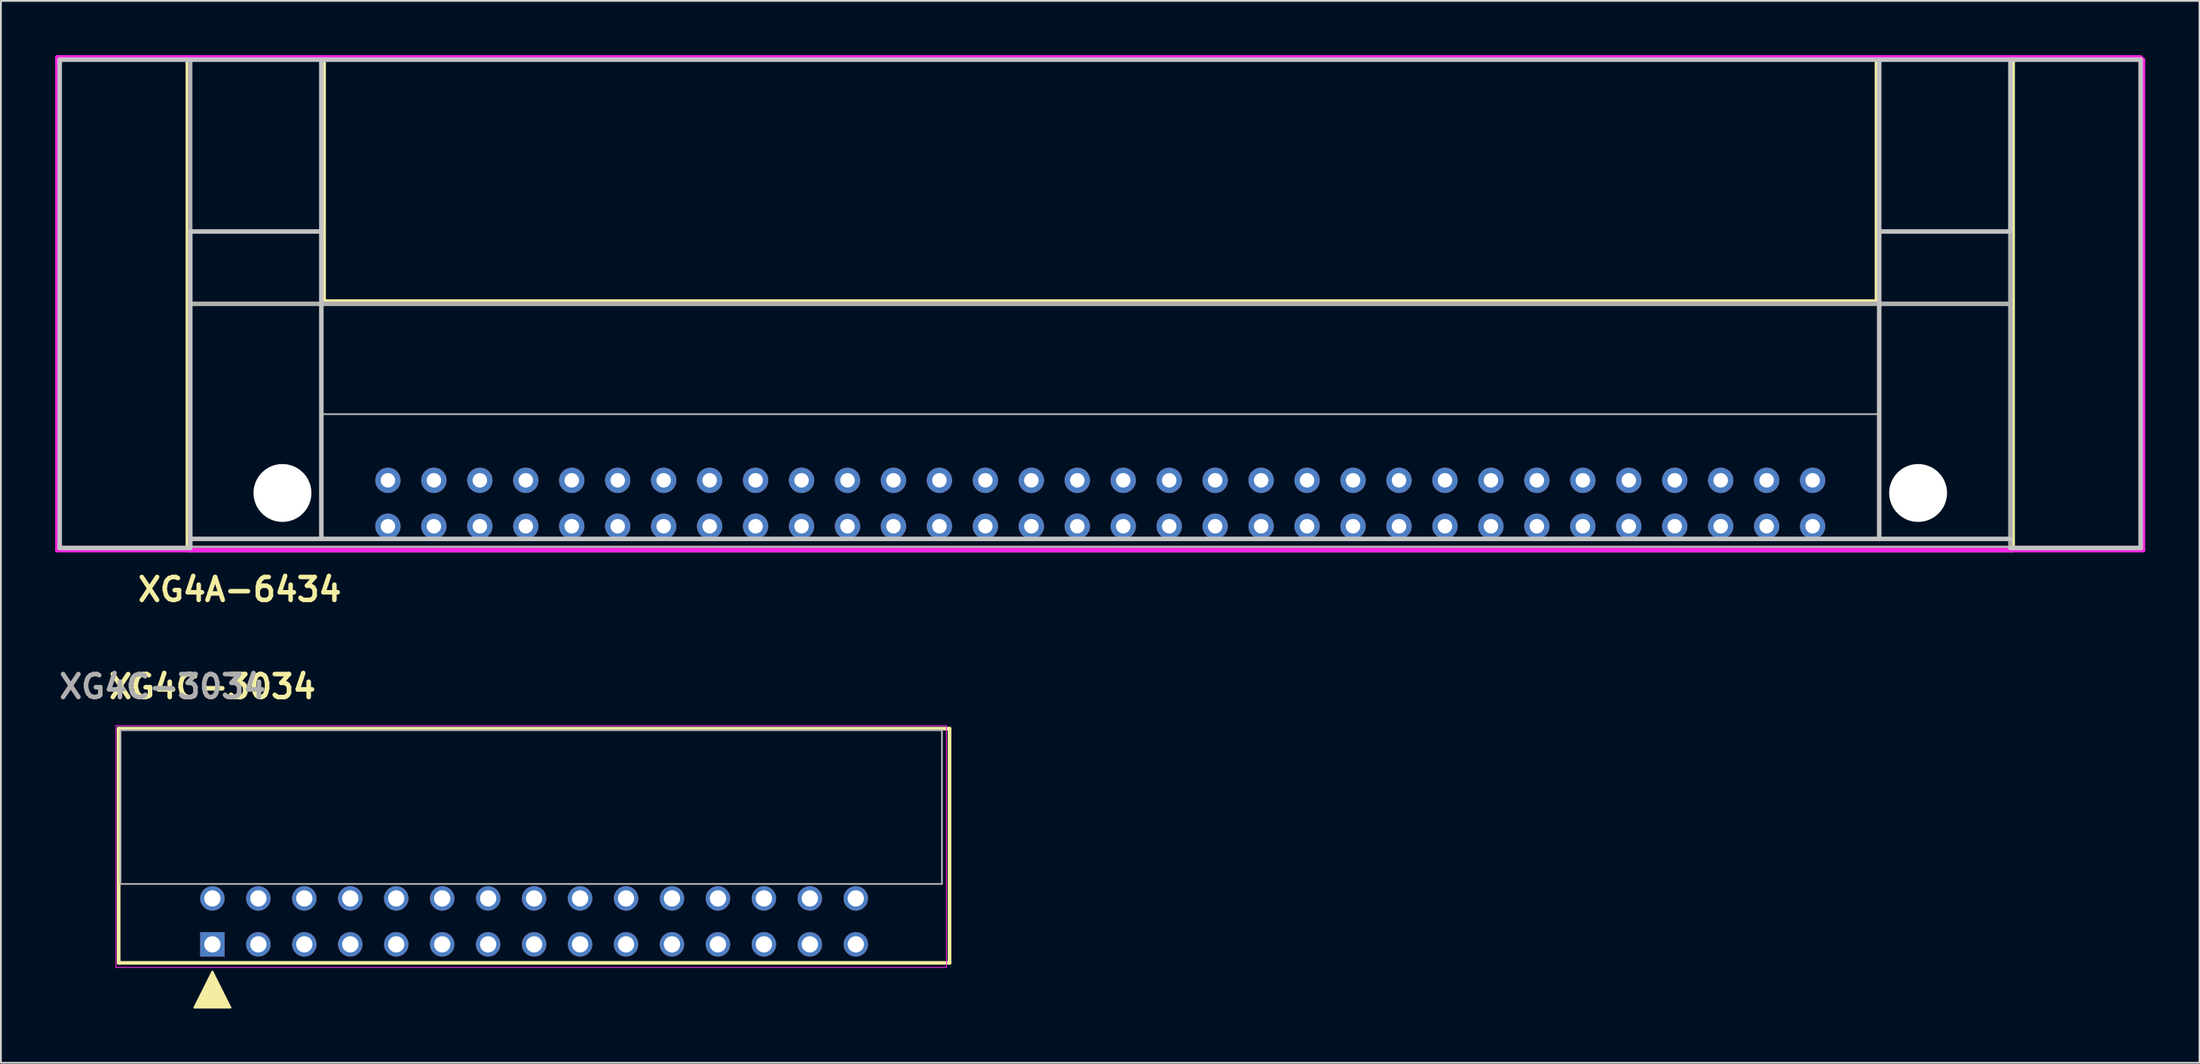
<source format=kicad_pcb>
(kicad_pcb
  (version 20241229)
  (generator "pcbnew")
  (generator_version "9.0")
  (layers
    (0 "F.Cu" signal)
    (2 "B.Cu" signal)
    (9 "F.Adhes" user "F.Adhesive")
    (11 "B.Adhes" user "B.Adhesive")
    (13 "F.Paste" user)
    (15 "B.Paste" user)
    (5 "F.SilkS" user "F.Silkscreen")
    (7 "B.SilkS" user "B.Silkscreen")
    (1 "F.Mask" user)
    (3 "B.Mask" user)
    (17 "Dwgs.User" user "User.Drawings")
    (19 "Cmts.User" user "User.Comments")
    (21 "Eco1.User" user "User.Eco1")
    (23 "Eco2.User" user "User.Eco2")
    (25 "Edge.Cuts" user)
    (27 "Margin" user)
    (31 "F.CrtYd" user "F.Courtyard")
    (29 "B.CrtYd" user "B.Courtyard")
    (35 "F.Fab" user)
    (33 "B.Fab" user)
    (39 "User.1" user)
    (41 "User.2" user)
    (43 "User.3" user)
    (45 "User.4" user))
  (footprint "XG4A-6434"
    (layer "F.Cu")
    (at 57.76 24.78)
    (property "Reference" "XG4A-6434" (at -47.56 4.77 180) (layer "F.SilkS") (effects (font (size 1.27 1.27) (thickness 0.25))))
    (attr through_hole)
    (fp_line (start -50.425 2.595) (end -50.425 -24.53) (stroke (width 0.25) (type solid)) (layer "F.SilkS"))
    (fp_line (start -50.425 2.595) (end 50.425 2.595) (stroke (width 0.25) (type solid)) (layer "F.SilkS"))
    (fp_line (start -42.925 -11.155) (end -42.925 -24.53) (stroke (width 0.25) (type solid)) (layer "F.SilkS"))
    (fp_line (start -42.925 -11.155) (end 42.925 -11.155) (stroke (width 0.25) (type solid)) (layer "F.SilkS"))
    (fp_line (start 42.925 -11.155) (end 42.925 -24.53) (stroke (width 0.25) (type solid)) (layer "F.SilkS"))
    (fp_line (start 50.425 2.595) (end 50.425 -24.53) (stroke (width 0.25) (type solid)) (layer "F.SilkS"))
    (fp_line (start -57.51 -24.53) (end -57.51 2.47) (stroke (width 0.25) (type solid)) (layer "Dwgs.User"))
    (fp_line (start -57.51 -24.53) (end 57.5 -24.53) (stroke (width 0.25) (type solid)) (layer "Dwgs.User"))
    (fp_line (start -57.51 2.47) (end -50.3 2.47) (stroke (width 0.25) (type solid)) (layer "Dwgs.User"))
    (fp_line (start -50.3 -15.03) (end -43.05 -15.03) (stroke (width 0.25) (type solid)) (layer "Dwgs.User"))
    (fp_line (start -50.3 -11.03) (end -50.3 -15.03) (stroke (width 0.25) (type solid)) (layer "Dwgs.User"))
    (fp_line (start -50.3 1.97) (end -50.3 -11.03) (stroke (width 0.25) (type solid)) (layer "Dwgs.User"))
    (fp_line (start -50.3 1.97) (end -50.3 2.47) (stroke (width 0.25) (type solid)) (layer "Dwgs.User"))
    (fp_line (start -50.3 1.97) (end 50.3 1.97) (stroke (width 0.25) (type solid)) (layer "Dwgs.User"))
    (fp_line (start -43.05 -24.53) (end -43.05 1.97) (stroke (width 0.25) (type solid)) (layer "Dwgs.User"))
    (fp_line (start 43.05 -24.53) (end 43.05 1.97) (stroke (width 0.25) (type solid)) (layer "Dwgs.User"))
    (fp_line (start 50.3 -24.53) (end 50.3 -15.03) (stroke (width 0.25) (type solid)) (layer "Dwgs.User"))
    (fp_line (start 50.3 -15.03) (end 43.05 -15.03) (stroke (width 0.25) (type solid)) (layer "Dwgs.User"))
    (fp_line (start 57.5 -24.53) (end 57.5 2.47) (stroke (width 0.25) (type solid)) (layer "Dwgs.User"))
    (fp_line (start 57.5 2.47) (end 50.3 2.47) (stroke (width 0.25) (type solid)) (layer "Dwgs.User"))
    (fp_line (start -57.635 -24.655) (end -57.635 2.595) (stroke (width 0.25) (type solid)) (layer "F.CrtYd"))
    (fp_line (start -57.635 2.595) (end 57.625 2.595) (stroke (width 0.25) (type solid)) (layer "F.CrtYd"))
    (fp_line (start 57.5 -24.655) (end -57.635 -24.655) (stroke (width 0.25) (type solid)) (layer "F.CrtYd"))
    (fp_line (start 57.625 -24.53) (end 57.625 2.595) (stroke (width 0.25) (type solid)) (layer "F.CrtYd"))
    (fp_line (start -50.3 -11.03) (end 50.3 -11.03) (stroke (width 0.25) (type solid)) (layer "F.Fab"))
    (fp_line (start -50.3 2.47) (end -50.3 -24.53) (stroke (width 0.25) (type solid)) (layer "F.Fab"))
    (fp_line (start -50.3 2.47) (end 50.3 2.47) (stroke (width 0.25) (type solid)) (layer "F.Fab"))
    (fp_line (start -42.925 -4.93) (end 42.925 -4.93) (stroke (width 0.1) (type solid)) (layer "F.Fab"))
    (fp_line (start 50.3 -15.03) (end 50.3 -11.03) (stroke (width 0.25) (type solid)) (layer "F.Fab"))
    (fp_line (start 50.3 -11.03) (end 50.3 1.97) (stroke (width 0.25) (type solid)) (layer "F.Fab"))
    (fp_line (start 50.3 2.47) (end 50.3 1.97) (stroke (width 0.25) (type solid)) (layer "F.Fab"))
    (pad "" np_thru_hole circle (at -45.2 -0.57) (size 3.2 3.2) (drill 3.2) (layers "*.Cu" "*.Mask"))
    (pad "" np_thru_hole circle (at 45.2 -0.57) (size 3.2 3.2) (drill 3.2) (layers "*.Cu" "*.Mask"))
    (pad "1" thru_hole circle (at -39.37 1.27) (size 1.4 1.4) (drill 0.8) (layers "*.Cu" "*.Mask"))
    (pad "2" thru_hole circle (at -39.37 -1.27) (size 1.4 1.4) (drill 0.8) (layers "*.Cu" "*.Mask"))
    (pad "3" thru_hole circle (at -36.83 1.27) (size 1.4 1.4) (drill 0.8) (layers "*.Cu" "*.Mask"))
    (pad "4" thru_hole circle (at -36.83 -1.27) (size 1.4 1.4) (drill 0.8) (layers "*.Cu" "*.Mask"))
    (pad "5" thru_hole circle (at -34.29 1.27) (size 1.4 1.4) (drill 0.8) (layers "*.Cu" "*.Mask"))
    (pad "6" thru_hole circle (at -34.29 -1.27) (size 1.4 1.4) (drill 0.8) (layers "*.Cu" "*.Mask"))
    (pad "7" thru_hole circle (at -31.75 1.27) (size 1.4 1.4) (drill 0.8) (layers "*.Cu" "*.Mask"))
    (pad "8" thru_hole circle (at -31.75 -1.27) (size 1.4 1.4) (drill 0.8) (layers "*.Cu" "*.Mask"))
    (pad "9" thru_hole circle (at -29.21 1.27) (size 1.4 1.4) (drill 0.8) (layers "*.Cu" "*.Mask"))
    (pad "10" thru_hole circle (at -29.21 -1.27) (size 1.4 1.4) (drill 0.8) (layers "*.Cu" "*.Mask"))
    (pad "11" thru_hole circle (at -26.67 1.27) (size 1.4 1.4) (drill 0.8) (layers "*.Cu" "*.Mask"))
    (pad "12" thru_hole circle (at -26.67 -1.27) (size 1.4 1.4) (drill 0.8) (layers "*.Cu" "*.Mask"))
    (pad "13" thru_hole circle (at -24.13 1.27) (size 1.4 1.4) (drill 0.8) (layers "*.Cu" "*.Mask"))
    (pad "14" thru_hole circle (at -24.13 -1.27) (size 1.4 1.4) (drill 0.8) (layers "*.Cu" "*.Mask"))
    (pad "15" thru_hole circle (at -21.59 1.27) (size 1.4 1.4) (drill 0.8) (layers "*.Cu" "*.Mask"))
    (pad "16" thru_hole circle (at -21.59 -1.27) (size 1.4 1.4) (drill 0.8) (layers "*.Cu" "*.Mask"))
    (pad "17" thru_hole circle (at -19.05 1.27) (size 1.4 1.4) (drill 0.8) (layers "*.Cu" "*.Mask"))
    (pad "18" thru_hole circle (at -19.05 -1.27) (size 1.4 1.4) (drill 0.8) (layers "*.Cu" "*.Mask"))
    (pad "19" thru_hole circle (at -16.51 1.27) (size 1.4 1.4) (drill 0.8) (layers "*.Cu" "*.Mask"))
    (pad "20" thru_hole circle (at -16.51 -1.27) (size 1.4 1.4) (drill 0.8) (layers "*.Cu" "*.Mask"))
    (pad "21" thru_hole circle (at -13.97 1.27) (size 1.4 1.4) (drill 0.8) (layers "*.Cu" "*.Mask"))
    (pad "22" thru_hole circle (at -13.97 -1.27) (size 1.4 1.4) (drill 0.8) (layers "*.Cu" "*.Mask"))
    (pad "23" thru_hole circle (at -11.43 1.27) (size 1.4 1.4) (drill 0.8) (layers "*.Cu" "*.Mask"))
    (pad "24" thru_hole circle (at -11.43 -1.27) (size 1.4 1.4) (drill 0.8) (layers "*.Cu" "*.Mask"))
    (pad "25" thru_hole circle (at -8.89 1.27) (size 1.4 1.4) (drill 0.8) (layers "*.Cu" "*.Mask"))
    (pad "26" thru_hole circle (at -8.89 -1.27) (size 1.4 1.4) (drill 0.8) (layers "*.Cu" "*.Mask"))
    (pad "27" thru_hole circle (at -6.35 1.27) (size 1.4 1.4) (drill 0.8) (layers "*.Cu" "*.Mask"))
    (pad "28" thru_hole circle (at -6.35 -1.27) (size 1.4 1.4) (drill 0.8) (layers "*.Cu" "*.Mask"))
    (pad "29" thru_hole circle (at -3.81 1.27) (size 1.4 1.4) (drill 0.8) (layers "*.Cu" "*.Mask"))
    (pad "30" thru_hole circle (at -3.81 -1.27) (size 1.4 1.4) (drill 0.8) (layers "*.Cu" "*.Mask"))
    (pad "31" thru_hole circle (at -1.27 1.27) (size 1.4 1.4) (drill 0.8) (layers "*.Cu" "*.Mask"))
    (pad "32" thru_hole circle (at -1.27 -1.27) (size 1.4 1.4) (drill 0.8) (layers "*.Cu" "*.Mask"))
    (pad "33" thru_hole circle (at 1.27 1.27) (size 1.4 1.4) (drill 0.8) (layers "*.Cu" "*.Mask"))
    (pad "34" thru_hole circle (at 1.27 -1.27) (size 1.4 1.4) (drill 0.8) (layers "*.Cu" "*.Mask"))
    (pad "35" thru_hole circle (at 3.81 1.27) (size 1.4 1.4) (drill 0.8) (layers "*.Cu" "*.Mask"))
    (pad "36" thru_hole circle (at 3.81 -1.27) (size 1.4 1.4) (drill 0.8) (layers "*.Cu" "*.Mask"))
    (pad "37" thru_hole circle (at 6.35 1.27) (size 1.4 1.4) (drill 0.8) (layers "*.Cu" "*.Mask"))
    (pad "38" thru_hole circle (at 6.35 -1.27) (size 1.4 1.4) (drill 0.8) (layers "*.Cu" "*.Mask"))
    (pad "39" thru_hole circle (at 8.89 1.27) (size 1.4 1.4) (drill 0.8) (layers "*.Cu" "*.Mask"))
    (pad "40" thru_hole circle (at 8.89 -1.27) (size 1.4 1.4) (drill 0.8) (layers "*.Cu" "*.Mask"))
    (pad "41" thru_hole circle (at 11.43 1.27) (size 1.4 1.4) (drill 0.8) (layers "*.Cu" "*.Mask"))
    (pad "42" thru_hole circle (at 11.43 -1.27) (size 1.4 1.4) (drill 0.8) (layers "*.Cu" "*.Mask"))
    (pad "43" thru_hole circle (at 13.97 1.27) (size 1.4 1.4) (drill 0.8) (layers "*.Cu" "*.Mask"))
    (pad "44" thru_hole circle (at 13.97 -1.27) (size 1.4 1.4) (drill 0.8) (layers "*.Cu" "*.Mask"))
    (pad "45" thru_hole circle (at 16.51 1.27) (size 1.4 1.4) (drill 0.8) (layers "*.Cu" "*.Mask"))
    (pad "46" thru_hole circle (at 16.51 -1.27) (size 1.4 1.4) (drill 0.8) (layers "*.Cu" "*.Mask"))
    (pad "47" thru_hole circle (at 19.05 1.27) (size 1.4 1.4) (drill 0.8) (layers "*.Cu" "*.Mask"))
    (pad "48" thru_hole circle (at 19.05 -1.27) (size 1.4 1.4) (drill 0.8) (layers "*.Cu" "*.Mask"))
    (pad "49" thru_hole circle (at 21.59 1.27) (size 1.4 1.4) (drill 0.8) (layers "*.Cu" "*.Mask"))
    (pad "50" thru_hole circle (at 21.59 -1.27) (size 1.4 1.4) (drill 0.8) (layers "*.Cu" "*.Mask"))
    (pad "51" thru_hole circle (at 24.13 1.27) (size 1.4 1.4) (drill 0.8) (layers "*.Cu" "*.Mask"))
    (pad "52" thru_hole circle (at 24.13 -1.27) (size 1.4 1.4) (drill 0.8) (layers "*.Cu" "*.Mask"))
    (pad "53" thru_hole circle (at 26.67 1.27) (size 1.4 1.4) (drill 0.8) (layers "*.Cu" "*.Mask"))
    (pad "54" thru_hole circle (at 26.67 -1.27) (size 1.4 1.4) (drill 0.8) (layers "*.Cu" "*.Mask"))
    (pad "55" thru_hole circle (at 29.21 1.27) (size 1.4 1.4) (drill 0.8) (layers "*.Cu" "*.Mask"))
    (pad "56" thru_hole circle (at 29.21 -1.27) (size 1.4 1.4) (drill 0.8) (layers "*.Cu" "*.Mask"))
    (pad "57" thru_hole circle (at 31.75 1.27) (size 1.4 1.4) (drill 0.8) (layers "*.Cu" "*.Mask"))
    (pad "58" thru_hole circle (at 31.75 -1.27) (size 1.4 1.4) (drill 0.8) (layers "*.Cu" "*.Mask"))
    (pad "59" thru_hole circle (at 34.29 1.27) (size 1.4 1.4) (drill 0.8) (layers "*.Cu" "*.Mask"))
    (pad "60" thru_hole circle (at 34.29 -1.27) (size 1.4 1.4) (drill 0.8) (layers "*.Cu" "*.Mask"))
    (pad "61" thru_hole circle (at 36.83 1.27) (size 1.4 1.4) (drill 0.8) (layers "*.Cu" "*.Mask"))
    (pad "62" thru_hole circle (at 36.83 -1.27) (size 1.4 1.4) (drill 0.8) (layers "*.Cu" "*.Mask"))
    (pad "63" thru_hole circle (at 39.37 1.27) (size 1.4 1.4) (drill 0.8) (layers "*.Cu" "*.Mask"))
    (pad "64" thru_hole circle (at 39.37 -1.27) (size 1.4 1.4) (drill 0.8) (layers "*.Cu" "*.Mask")))
  (footprint "XG4C-3034"
    (layer "F.Cu")
    (at 27.739 47.9)
    (property "Reference" "XG4C-3034" (at -19.05 -12.98 0) (layer "F.SilkS") (effects (font (size 1.27 1.27) (thickness 0.254))))
    (fp_line (start -24.23 -10.66) (end -24.23 2.295) (stroke (width 0.2) (type solid)) (layer "F.SilkS"))
    (fp_line (start -24.23 2.295) (end 21.69 2.295) (stroke (width 0.2) (type solid)) (layer "F.SilkS"))
    (fp_line (start 21.69 -10.66) (end -24.23 -10.66) (stroke (width 0.2) (type solid)) (layer "F.SilkS"))
    (fp_line (start 21.69 2.295) (end 21.69 -10.66) (stroke (width 0.2) (type solid)) (layer "F.SilkS"))
    (fp_poly (pts (xy -18.05 4.77) (xy -20.05 4.77) (xy -19.05 2.77)) (stroke (width 0.1) (type solid)) (fill yes) (layer "F.SilkS"))
    (fp_line (start -24.38 -10.82) (end 21.52 -10.82) (stroke (width 0.05) (type solid)) (layer "F.CrtYd"))
    (fp_line (start -24.38 2.545) (end -24.38 -10.82) (stroke (width 0.05) (type solid)) (layer "F.CrtYd"))
    (fp_line (start 21.52 -10.82) (end 21.52 2.545) (stroke (width 0.05) (type solid)) (layer "F.CrtYd"))
    (fp_line (start 21.52 2.545) (end -24.38 2.545) (stroke (width 0.05) (type solid)) (layer "F.CrtYd"))
    (fp_line (start -24.13 -10.57) (end 21.27 -10.57) (stroke (width 0.1) (type solid)) (layer "F.Fab"))
    (fp_line (start -24.13 -2.07) (end -24.13 -10.57) (stroke (width 0.1) (type solid)) (layer "F.Fab"))
    (fp_line (start 21.27 -10.57) (end 21.27 -2.07) (stroke (width 0.1) (type solid)) (layer "F.Fab"))
    (fp_line (start 21.27 -2.07) (end -24.13 -2.07) (stroke (width 0.1) (type solid)) (layer "F.Fab"))
    (fp_text user "${REFERENCE}" (at -21.8 -12.98 0) (layer "F.Fab") (effects (font (size 1.27 1.27) (thickness 0.254))))
    (pad "1" thru_hole rect (at -19.05 1.27) (size 1.35 1.35) (drill 0.9) (layers "*.Cu" "*.Mask"))
    (pad "2" thru_hole circle (at -19.05 -1.27) (size 1.35 1.35) (drill 0.9) (layers "*.Cu" "*.Mask"))
    (pad "3" thru_hole circle (at -16.51 1.27) (size 1.35 1.35) (drill 0.9) (layers "*.Cu" "*.Mask"))
    (pad "4" thru_hole circle (at -16.51 -1.27) (size 1.35 1.35) (drill 0.9) (layers "*.Cu" "*.Mask"))
    (pad "5" thru_hole circle (at -13.97 1.27) (size 1.35 1.35) (drill 0.9) (layers "*.Cu" "*.Mask"))
    (pad "6" thru_hole circle (at -13.97 -1.27) (size 1.35 1.35) (drill 0.9) (layers "*.Cu" "*.Mask"))
    (pad "7" thru_hole circle (at -11.43 1.27) (size 1.35 1.35) (drill 0.9) (layers "*.Cu" "*.Mask"))
    (pad "8" thru_hole circle (at -11.43 -1.27) (size 1.35 1.35) (drill 0.9) (layers "*.Cu" "*.Mask"))
    (pad "9" thru_hole circle (at -8.89 1.27) (size 1.35 1.35) (drill 0.9) (layers "*.Cu" "*.Mask"))
    (pad "10" thru_hole circle (at -8.89 -1.27) (size 1.35 1.35) (drill 0.9) (layers "*.Cu" "*.Mask"))
    (pad "11" thru_hole circle (at -6.35 1.27) (size 1.35 1.35) (drill 0.9) (layers "*.Cu" "*.Mask"))
    (pad "12" thru_hole circle (at -6.35 -1.27) (size 1.35 1.35) (drill 0.9) (layers "*.Cu" "*.Mask"))
    (pad "13" thru_hole circle (at -3.81 1.27) (size 1.35 1.35) (drill 0.9) (layers "*.Cu" "*.Mask"))
    (pad "14" thru_hole circle (at -3.81 -1.27) (size 1.35 1.35) (drill 0.9) (layers "*.Cu" "*.Mask"))
    (pad "15" thru_hole circle (at -1.27 1.27) (size 1.35 1.35) (drill 0.9) (layers "*.Cu" "*.Mask"))
    (pad "16" thru_hole circle (at -1.27 -1.27) (size 1.35 1.35) (drill 0.9) (layers "*.Cu" "*.Mask"))
    (pad "17" thru_hole circle (at 1.27 1.27) (size 1.35 1.35) (drill 0.9) (layers "*.Cu" "*.Mask"))
    (pad "18" thru_hole circle (at 1.27 -1.27) (size 1.35 1.35) (drill 0.9) (layers "*.Cu" "*.Mask"))
    (pad "19" thru_hole circle (at 3.81 1.27) (size 1.35 1.35) (drill 0.9) (layers "*.Cu" "*.Mask"))
    (pad "20" thru_hole circle (at 3.81 -1.27) (size 1.35 1.35) (drill 0.9) (layers "*.Cu" "*.Mask"))
    (pad "21" thru_hole circle (at 6.35 1.27) (size 1.35 1.35) (drill 0.9) (layers "*.Cu" "*.Mask"))
    (pad "22" thru_hole circle (at 6.35 -1.27) (size 1.35 1.35) (drill 0.9) (layers "*.Cu" "*.Mask"))
    (pad "23" thru_hole circle (at 8.89 1.27) (size 1.35 1.35) (drill 0.9) (layers "*.Cu" "*.Mask"))
    (pad "24" thru_hole circle (at 8.89 -1.27) (size 1.35 1.35) (drill 0.9) (layers "*.Cu" "*.Mask"))
    (pad "25" thru_hole circle (at 11.43 1.27) (size 1.35 1.35) (drill 0.9) (layers "*.Cu" "*.Mask"))
    (pad "26" thru_hole circle (at 11.43 -1.27) (size 1.35 1.35) (drill 0.9) (layers "*.Cu" "*.Mask"))
    (pad "27" thru_hole circle (at 13.97 1.27) (size 1.35 1.35) (drill 0.9) (layers "*.Cu" "*.Mask"))
    (pad "28" thru_hole circle (at 13.97 -1.27) (size 1.35 1.35) (drill 0.9) (layers "*.Cu" "*.Mask"))
    (pad "29" thru_hole circle (at 16.51 1.27) (size 1.35 1.35) (drill 0.9) (layers "*.Cu" "*.Mask"))
    (pad "30" thru_hole circle (at 16.51 -1.27) (size 1.35 1.35) (drill 0.9) (layers "*.Cu" "*.Mask")))
  (gr_rect
    (start -3 -3)
    (end 118.51 55.72)
    (stroke (width 0.1) (type default))
    (fill no)
    (layer "Edge.Cuts")))
</source>
